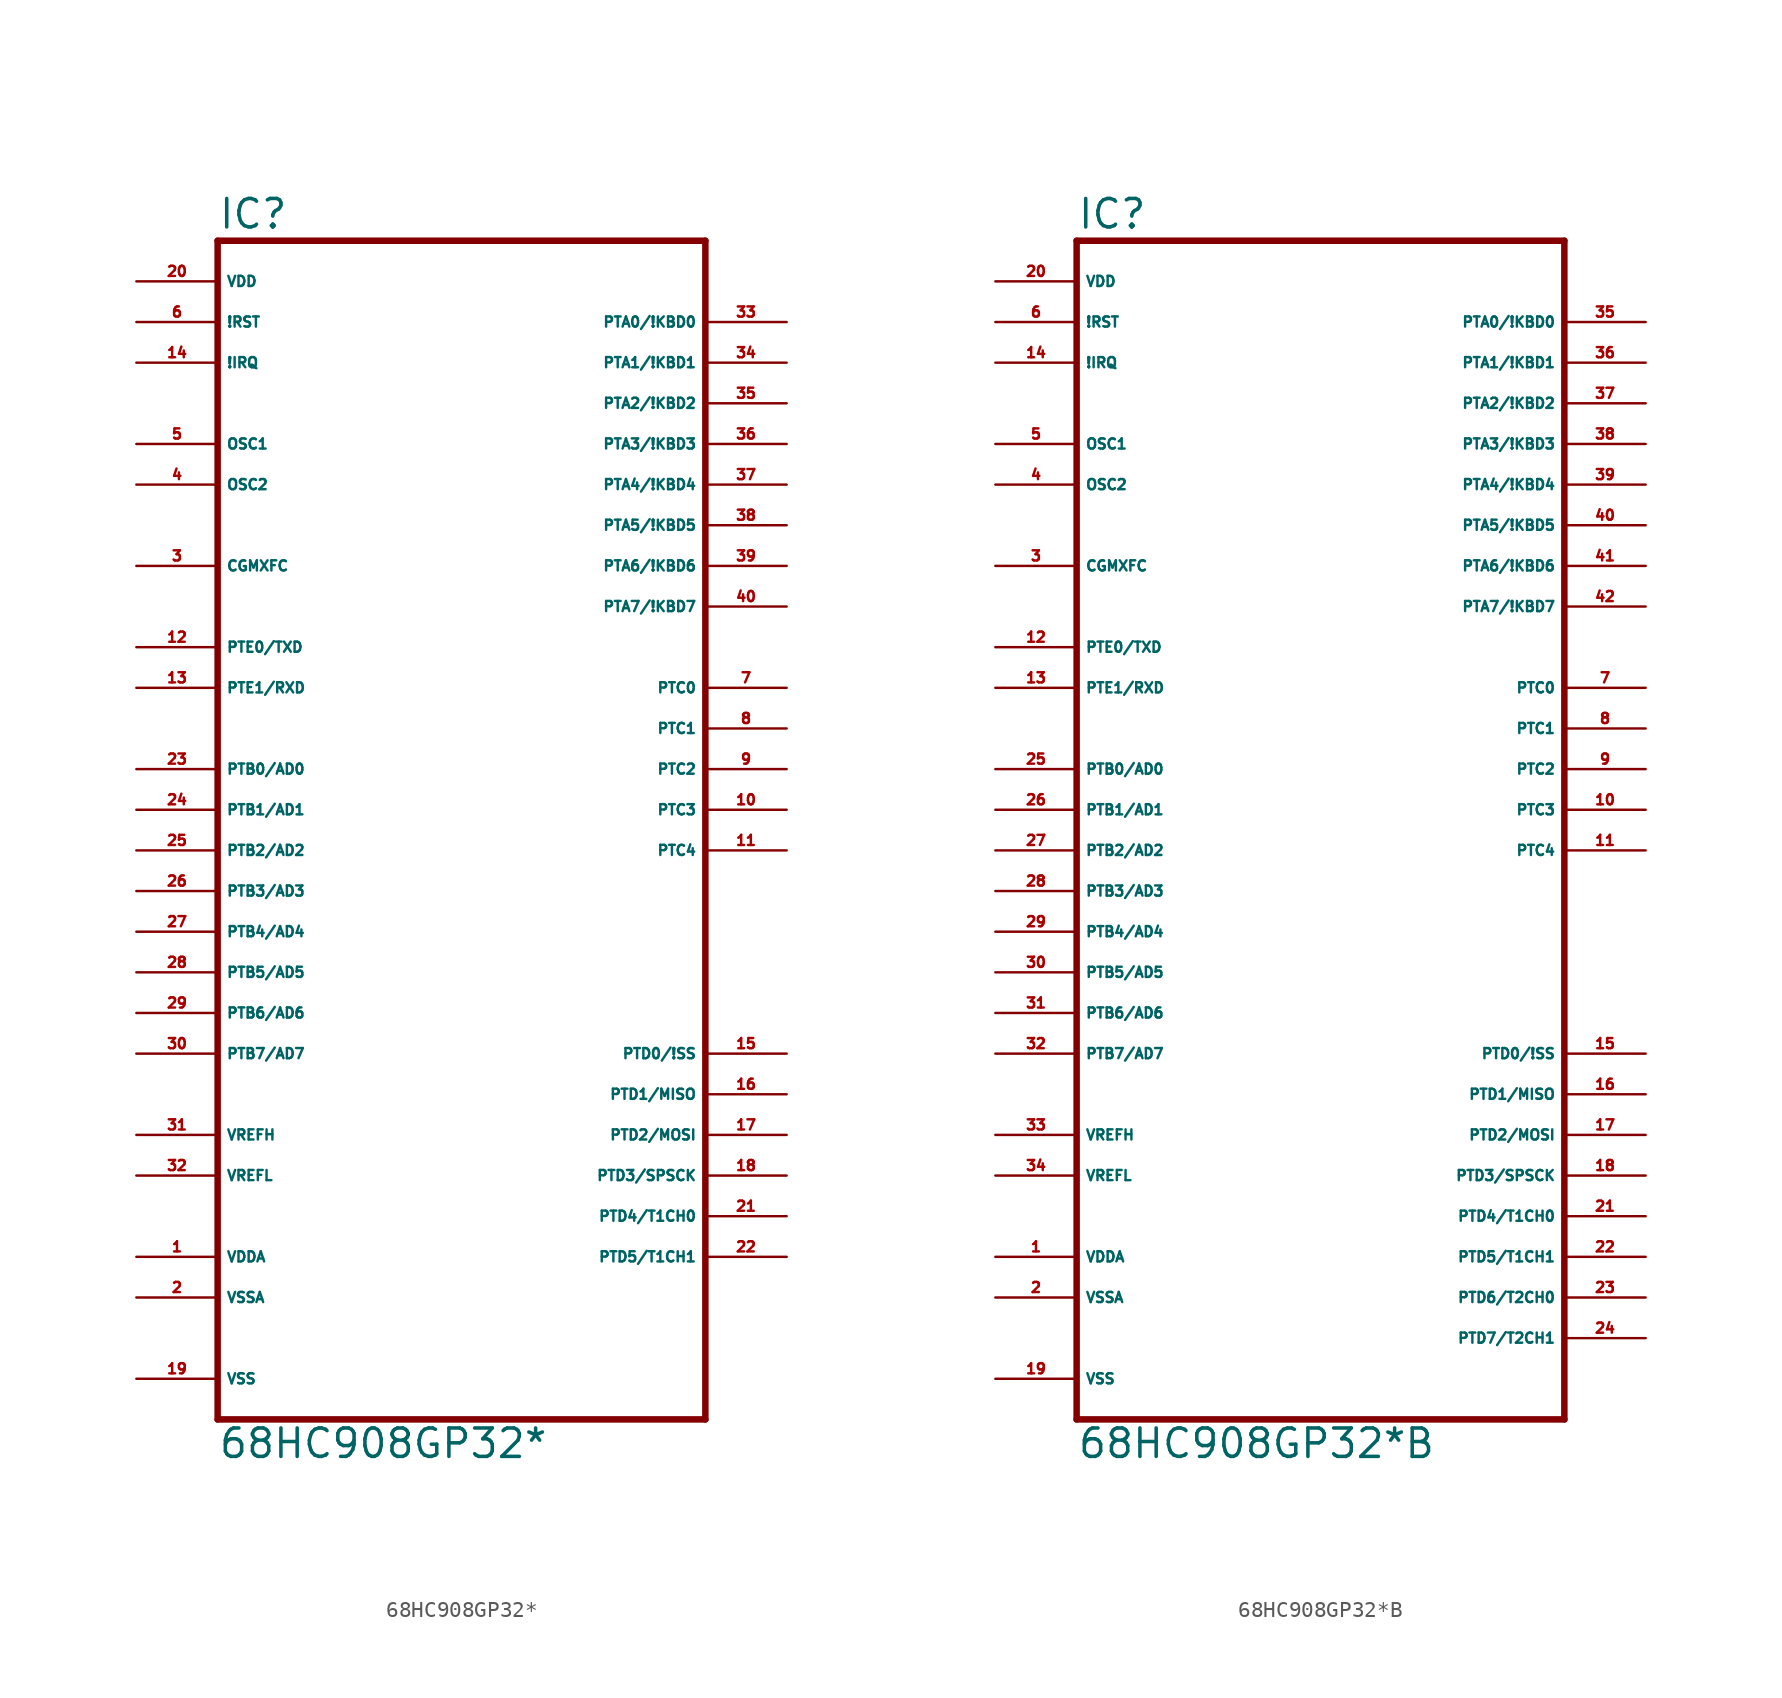
<source format=kicad_sym>
(kicad_symbol_lib
  (version 20220914)
  (generator Eagle2Kicad)
  (symbol "68HC908GP32*"
    (property "Reference" "IC"
      (at -15.24 38.735 0)
      (effects (font (size 1.778 1.778) (thickness 0.22)) (justify left bottom)))
    (property "Value" "68HC908GP32*"
      (at -15.24 -38.1 0)
      (effects (font (size 1.778 1.778) (thickness 0.22)) (justify left bottom)))
    (polyline
      (pts (xy -15.24 -35.56) (xy 15.24 -35.56))
      (stroke (width 0.406) (type default))
      (fill (type none)))
    (polyline
      (pts (xy 15.24 -35.56) (xy 15.24 38.1))
      (stroke (width 0.406) (type default))
      (fill (type none)))
    (polyline
      (pts (xy 15.24 38.1) (xy -15.24 38.1))
      (stroke (width 0.406) (type default))
      (fill (type none)))
    (polyline
      (pts (xy -15.24 38.1) (xy -15.24 -35.56))
      (stroke (width 0.406) (type default))
      (fill (type none)))
    (pin input line
      (at -20.32 25.4 0)
      (length 5.08)
      (name "OSC1" (effects (font (size 0.635 0.635) (thickness 0.08)) (justify left bottom)))
      (number "5" (effects (font (size 0.635 0.635) (thickness 0.08)) (justify left bottom))))
    (pin input line
      (at -20.32 22.86 0)
      (length 5.08)
      (name "OSC2" (effects (font (size 0.635 0.635) (thickness 0.08)) (justify left bottom)))
      (number "4" (effects (font (size 0.635 0.635) (thickness 0.08)) (justify left bottom))))
    (pin input line
      (at -20.32 33.02 0)
      (length 5.08)
      (name "!RST" (effects (font (size 0.635 0.635) (thickness 0.08)) (justify left bottom)))
      (number "6" (effects (font (size 0.635 0.635) (thickness 0.08)) (justify left bottom))))
    (pin bidirectional line
      (at 20.32 10.16 180)
      (length 5.08)
      (name "PTC0" (effects (font (size 0.635 0.635) (thickness 0.08)) (justify left bottom)))
      (number "7" (effects (font (size 0.635 0.635) (thickness 0.08)) (justify left bottom))))
    (pin input line
      (at -20.32 17.78 0)
      (length 5.08)
      (name "CGMXFC" (effects (font (size 0.635 0.635) (thickness 0.08)) (justify left bottom)))
      (number "3" (effects (font (size 0.635 0.635) (thickness 0.08)) (justify left bottom))))
    (pin bidirectional line
      (at 20.32 7.62 180)
      (length 5.08)
      (name "PTC1" (effects (font (size 0.635 0.635) (thickness 0.08)) (justify left bottom)))
      (number "8" (effects (font (size 0.635 0.635) (thickness 0.08)) (justify left bottom))))
    (pin bidirectional line
      (at 20.32 5.08 180)
      (length 5.08)
      (name "PTC2" (effects (font (size 0.635 0.635) (thickness 0.08)) (justify left bottom)))
      (number "9" (effects (font (size 0.635 0.635) (thickness 0.08)) (justify left bottom))))
    (pin bidirectional line
      (at 20.32 2.54 180)
      (length 5.08)
      (name "PTC3" (effects (font (size 0.635 0.635) (thickness 0.08)) (justify left bottom)))
      (number "10" (effects (font (size 0.635 0.635) (thickness 0.08)) (justify left bottom))))
    (pin bidirectional line
      (at 20.32 0 180)
      (length 5.08)
      (name "PTC4" (effects (font (size 0.635 0.635) (thickness 0.08)) (justify left bottom)))
      (number "11" (effects (font (size 0.635 0.635) (thickness 0.08)) (justify left bottom))))
    (pin bidirectional line
      (at 20.32 -12.7 180)
      (length 5.08)
      (name "PTD0/!SS" (effects (font (size 0.635 0.635) (thickness 0.08)) (justify left bottom)))
      (number "15" (effects (font (size 0.635 0.635) (thickness 0.08)) (justify left bottom))))
    (pin bidirectional line
      (at 20.32 -15.24 180)
      (length 5.08)
      (name "PTD1/MISO" (effects (font (size 0.635 0.635) (thickness 0.08)) (justify left bottom)))
      (number "16" (effects (font (size 0.635 0.635) (thickness 0.08)) (justify left bottom))))
    (pin bidirectional line
      (at 20.32 -17.78 180)
      (length 5.08)
      (name "PTD2/MOSI" (effects (font (size 0.635 0.635) (thickness 0.08)) (justify left bottom)))
      (number "17" (effects (font (size 0.635 0.635) (thickness 0.08)) (justify left bottom))))
    (pin bidirectional line
      (at 20.32 -20.32 180)
      (length 5.08)
      (name "PTD3/SPSCK" (effects (font (size 0.635 0.635) (thickness 0.08)) (justify left bottom)))
      (number "18" (effects (font (size 0.635 0.635) (thickness 0.08)) (justify left bottom))))
    (pin bidirectional line
      (at 20.32 -22.86 180)
      (length 5.08)
      (name "PTD4/T1CH0" (effects (font (size 0.635 0.635) (thickness 0.08)) (justify left bottom)))
      (number "21" (effects (font (size 0.635 0.635) (thickness 0.08)) (justify left bottom))))
    (pin bidirectional line
      (at 20.32 -25.4 180)
      (length 5.08)
      (name "PTD5/T1CH1" (effects (font (size 0.635 0.635) (thickness 0.08)) (justify left bottom)))
      (number "22" (effects (font (size 0.635 0.635) (thickness 0.08)) (justify left bottom))))
    (pin bidirectional line
      (at -20.32 12.7 0)
      (length 5.08)
      (name "PTE0/TXD" (effects (font (size 0.635 0.635) (thickness 0.08)) (justify left bottom)))
      (number "12" (effects (font (size 0.635 0.635) (thickness 0.08)) (justify left bottom))))
    (pin bidirectional line
      (at -20.32 10.16 0)
      (length 5.08)
      (name "PTE1/RXD" (effects (font (size 0.635 0.635) (thickness 0.08)) (justify left bottom)))
      (number "13" (effects (font (size 0.635 0.635) (thickness 0.08)) (justify left bottom))))
    (pin bidirectional line
      (at -20.32 5.08 0)
      (length 5.08)
      (name "PTB0/AD0" (effects (font (size 0.635 0.635) (thickness 0.08)) (justify left bottom)))
      (number "23" (effects (font (size 0.635 0.635) (thickness 0.08)) (justify left bottom))))
    (pin bidirectional line
      (at -20.32 2.54 0)
      (length 5.08)
      (name "PTB1/AD1" (effects (font (size 0.635 0.635) (thickness 0.08)) (justify left bottom)))
      (number "24" (effects (font (size 0.635 0.635) (thickness 0.08)) (justify left bottom))))
    (pin bidirectional line
      (at -20.32 0 0)
      (length 5.08)
      (name "PTB2/AD2" (effects (font (size 0.635 0.635) (thickness 0.08)) (justify left bottom)))
      (number "25" (effects (font (size 0.635 0.635) (thickness 0.08)) (justify left bottom))))
    (pin bidirectional line
      (at -20.32 -2.54 0)
      (length 5.08)
      (name "PTB3/AD3" (effects (font (size 0.635 0.635) (thickness 0.08)) (justify left bottom)))
      (number "26" (effects (font (size 0.635 0.635) (thickness 0.08)) (justify left bottom))))
    (pin bidirectional line
      (at -20.32 -5.08 0)
      (length 5.08)
      (name "PTB4/AD4" (effects (font (size 0.635 0.635) (thickness 0.08)) (justify left bottom)))
      (number "27" (effects (font (size 0.635 0.635) (thickness 0.08)) (justify left bottom))))
    (pin bidirectional line
      (at -20.32 -7.62 0)
      (length 5.08)
      (name "PTB5/AD5" (effects (font (size 0.635 0.635) (thickness 0.08)) (justify left bottom)))
      (number "28" (effects (font (size 0.635 0.635) (thickness 0.08)) (justify left bottom))))
    (pin bidirectional line
      (at -20.32 -10.16 0)
      (length 5.08)
      (name "PTB6/AD6" (effects (font (size 0.635 0.635) (thickness 0.08)) (justify left bottom)))
      (number "29" (effects (font (size 0.635 0.635) (thickness 0.08)) (justify left bottom))))
    (pin bidirectional line
      (at -20.32 -12.7 0)
      (length 5.08)
      (name "PTB7/AD7" (effects (font (size 0.635 0.635) (thickness 0.08)) (justify left bottom)))
      (number "30" (effects (font (size 0.635 0.635) (thickness 0.08)) (justify left bottom))))
    (pin bidirectional line
      (at 20.32 33.02 180)
      (length 5.08)
      (name "PTA0/!KBD0" (effects (font (size 0.635 0.635) (thickness 0.08)) (justify left bottom)))
      (number "33" (effects (font (size 0.635 0.635) (thickness 0.08)) (justify left bottom))))
    (pin bidirectional line
      (at 20.32 30.48 180)
      (length 5.08)
      (name "PTA1/!KBD1" (effects (font (size 0.635 0.635) (thickness 0.08)) (justify left bottom)))
      (number "34" (effects (font (size 0.635 0.635) (thickness 0.08)) (justify left bottom))))
    (pin bidirectional line
      (at 20.32 27.94 180)
      (length 5.08)
      (name "PTA2/!KBD2" (effects (font (size 0.635 0.635) (thickness 0.08)) (justify left bottom)))
      (number "35" (effects (font (size 0.635 0.635) (thickness 0.08)) (justify left bottom))))
    (pin bidirectional line
      (at 20.32 25.4 180)
      (length 5.08)
      (name "PTA3/!KBD3" (effects (font (size 0.635 0.635) (thickness 0.08)) (justify left bottom)))
      (number "36" (effects (font (size 0.635 0.635) (thickness 0.08)) (justify left bottom))))
    (pin bidirectional line
      (at 20.32 22.86 180)
      (length 5.08)
      (name "PTA4/!KBD4" (effects (font (size 0.635 0.635) (thickness 0.08)) (justify left bottom)))
      (number "37" (effects (font (size 0.635 0.635) (thickness 0.08)) (justify left bottom))))
    (pin bidirectional line
      (at 20.32 20.32 180)
      (length 5.08)
      (name "PTA5/!KBD5" (effects (font (size 0.635 0.635) (thickness 0.08)) (justify left bottom)))
      (number "38" (effects (font (size 0.635 0.635) (thickness 0.08)) (justify left bottom))))
    (pin bidirectional line
      (at 20.32 17.78 180)
      (length 5.08)
      (name "PTA6/!KBD6" (effects (font (size 0.635 0.635) (thickness 0.08)) (justify left bottom)))
      (number "39" (effects (font (size 0.635 0.635) (thickness 0.08)) (justify left bottom))))
    (pin bidirectional line
      (at 20.32 15.24 180)
      (length 5.08)
      (name "PTA7/!KBD7" (effects (font (size 0.635 0.635) (thickness 0.08)) (justify left bottom)))
      (number "40" (effects (font (size 0.635 0.635) (thickness 0.08)) (justify left bottom))))
    (pin unspecified line
      (at -20.32 -25.4 0)
      (length 5.08)
      (name "VDDA" (effects (font (size 0.635 0.635) (thickness 0.08)) (justify left bottom)))
      (number "1" (effects (font (size 0.635 0.635) (thickness 0.08)) (justify left bottom))))
    (pin unspecified line
      (at -20.32 -27.94 0)
      (length 5.08)
      (name "VSSA" (effects (font (size 0.635 0.635) (thickness 0.08)) (justify left bottom)))
      (number "2" (effects (font (size 0.635 0.635) (thickness 0.08)) (justify left bottom))))
    (pin input line
      (at -20.32 -20.32 0)
      (length 5.08)
      (name "VREFL" (effects (font (size 0.635 0.635) (thickness 0.08)) (justify left bottom)))
      (number "32" (effects (font (size 0.635 0.635) (thickness 0.08)) (justify left bottom))))
    (pin input line
      (at -20.32 -17.78 0)
      (length 5.08)
      (name "VREFH" (effects (font (size 0.635 0.635) (thickness 0.08)) (justify left bottom)))
      (number "31" (effects (font (size 0.635 0.635) (thickness 0.08)) (justify left bottom))))
    (pin unspecified line
      (at -20.32 35.56 0)
      (length 5.08)
      (name "VDD" (effects (font (size 0.635 0.635) (thickness 0.08)) (justify left bottom)))
      (number "20" (effects (font (size 0.635 0.635) (thickness 0.08)) (justify left bottom))))
    (pin unspecified line
      (at -20.32 -33.02 0)
      (length 5.08)
      (name "VSS" (effects (font (size 0.635 0.635) (thickness 0.08)) (justify left bottom)))
      (number "19" (effects (font (size 0.635 0.635) (thickness 0.08)) (justify left bottom))))
    (pin input line
      (at -20.32 30.48 0)
      (length 5.08)
      (name "!IRQ" (effects (font (size 0.635 0.635) (thickness 0.08)) (justify left bottom)))
      (number "14" (effects (font (size 0.635 0.635) (thickness 0.08)) (justify left bottom)))))
  (symbol "68HC908GP32*B"
    (property "Reference" "IC"
      (at -15.24 38.735 0)
      (effects (font (size 1.778 1.778) (thickness 0.22)) (justify left bottom)))
    (property "Value" "68HC908GP32*B"
      (at -15.24 -38.1 0)
      (effects (font (size 1.778 1.778) (thickness 0.22)) (justify left bottom)))
    (polyline
      (pts (xy -15.24 -35.56) (xy 15.24 -35.56))
      (stroke (width 0.406) (type default))
      (fill (type none)))
    (polyline
      (pts (xy 15.24 -35.56) (xy 15.24 38.1))
      (stroke (width 0.406) (type default))
      (fill (type none)))
    (polyline
      (pts (xy 15.24 38.1) (xy -15.24 38.1))
      (stroke (width 0.406) (type default))
      (fill (type none)))
    (polyline
      (pts (xy -15.24 38.1) (xy -15.24 -35.56))
      (stroke (width 0.406) (type default))
      (fill (type none)))
    (pin input line
      (at -20.32 25.4 0)
      (length 5.08)
      (name "OSC1" (effects (font (size 0.635 0.635) (thickness 0.08)) (justify left bottom)))
      (number "5" (effects (font (size 0.635 0.635) (thickness 0.08)) (justify left bottom))))
    (pin input line
      (at -20.32 22.86 0)
      (length 5.08)
      (name "OSC2" (effects (font (size 0.635 0.635) (thickness 0.08)) (justify left bottom)))
      (number "4" (effects (font (size 0.635 0.635) (thickness 0.08)) (justify left bottom))))
    (pin input line
      (at -20.32 33.02 0)
      (length 5.08)
      (name "!RST" (effects (font (size 0.635 0.635) (thickness 0.08)) (justify left bottom)))
      (number "6" (effects (font (size 0.635 0.635) (thickness 0.08)) (justify left bottom))))
    (pin bidirectional line
      (at 20.32 10.16 180)
      (length 5.08)
      (name "PTC0" (effects (font (size 0.635 0.635) (thickness 0.08)) (justify left bottom)))
      (number "7" (effects (font (size 0.635 0.635) (thickness 0.08)) (justify left bottom))))
    (pin input line
      (at -20.32 17.78 0)
      (length 5.08)
      (name "CGMXFC" (effects (font (size 0.635 0.635) (thickness 0.08)) (justify left bottom)))
      (number "3" (effects (font (size 0.635 0.635) (thickness 0.08)) (justify left bottom))))
    (pin bidirectional line
      (at 20.32 7.62 180)
      (length 5.08)
      (name "PTC1" (effects (font (size 0.635 0.635) (thickness 0.08)) (justify left bottom)))
      (number "8" (effects (font (size 0.635 0.635) (thickness 0.08)) (justify left bottom))))
    (pin bidirectional line
      (at 20.32 5.08 180)
      (length 5.08)
      (name "PTC2" (effects (font (size 0.635 0.635) (thickness 0.08)) (justify left bottom)))
      (number "9" (effects (font (size 0.635 0.635) (thickness 0.08)) (justify left bottom))))
    (pin bidirectional line
      (at 20.32 2.54 180)
      (length 5.08)
      (name "PTC3" (effects (font (size 0.635 0.635) (thickness 0.08)) (justify left bottom)))
      (number "10" (effects (font (size 0.635 0.635) (thickness 0.08)) (justify left bottom))))
    (pin bidirectional line
      (at 20.32 0 180)
      (length 5.08)
      (name "PTC4" (effects (font (size 0.635 0.635) (thickness 0.08)) (justify left bottom)))
      (number "11" (effects (font (size 0.635 0.635) (thickness 0.08)) (justify left bottom))))
    (pin bidirectional line
      (at 20.32 -12.7 180)
      (length 5.08)
      (name "PTD0/!SS" (effects (font (size 0.635 0.635) (thickness 0.08)) (justify left bottom)))
      (number "15" (effects (font (size 0.635 0.635) (thickness 0.08)) (justify left bottom))))
    (pin bidirectional line
      (at 20.32 -15.24 180)
      (length 5.08)
      (name "PTD1/MISO" (effects (font (size 0.635 0.635) (thickness 0.08)) (justify left bottom)))
      (number "16" (effects (font (size 0.635 0.635) (thickness 0.08)) (justify left bottom))))
    (pin bidirectional line
      (at 20.32 -17.78 180)
      (length 5.08)
      (name "PTD2/MOSI" (effects (font (size 0.635 0.635) (thickness 0.08)) (justify left bottom)))
      (number "17" (effects (font (size 0.635 0.635) (thickness 0.08)) (justify left bottom))))
    (pin bidirectional line
      (at 20.32 -20.32 180)
      (length 5.08)
      (name "PTD3/SPSCK" (effects (font (size 0.635 0.635) (thickness 0.08)) (justify left bottom)))
      (number "18" (effects (font (size 0.635 0.635) (thickness 0.08)) (justify left bottom))))
    (pin bidirectional line
      (at 20.32 -22.86 180)
      (length 5.08)
      (name "PTD4/T1CH0" (effects (font (size 0.635 0.635) (thickness 0.08)) (justify left bottom)))
      (number "21" (effects (font (size 0.635 0.635) (thickness 0.08)) (justify left bottom))))
    (pin bidirectional line
      (at 20.32 -25.4 180)
      (length 5.08)
      (name "PTD5/T1CH1" (effects (font (size 0.635 0.635) (thickness 0.08)) (justify left bottom)))
      (number "22" (effects (font (size 0.635 0.635) (thickness 0.08)) (justify left bottom))))
    (pin bidirectional line
      (at 20.32 -27.94 180)
      (length 5.08)
      (name "PTD6/T2CH0" (effects (font (size 0.635 0.635) (thickness 0.08)) (justify left bottom)))
      (number "23" (effects (font (size 0.635 0.635) (thickness 0.08)) (justify left bottom))))
    (pin bidirectional line
      (at 20.32 -30.48 180)
      (length 5.08)
      (name "PTD7/T2CH1" (effects (font (size 0.635 0.635) (thickness 0.08)) (justify left bottom)))
      (number "24" (effects (font (size 0.635 0.635) (thickness 0.08)) (justify left bottom))))
    (pin bidirectional line
      (at -20.32 12.7 0)
      (length 5.08)
      (name "PTE0/TXD" (effects (font (size 0.635 0.635) (thickness 0.08)) (justify left bottom)))
      (number "12" (effects (font (size 0.635 0.635) (thickness 0.08)) (justify left bottom))))
    (pin bidirectional line
      (at -20.32 10.16 0)
      (length 5.08)
      (name "PTE1/RXD" (effects (font (size 0.635 0.635) (thickness 0.08)) (justify left bottom)))
      (number "13" (effects (font (size 0.635 0.635) (thickness 0.08)) (justify left bottom))))
    (pin bidirectional line
      (at -20.32 5.08 0)
      (length 5.08)
      (name "PTB0/AD0" (effects (font (size 0.635 0.635) (thickness 0.08)) (justify left bottom)))
      (number "25" (effects (font (size 0.635 0.635) (thickness 0.08)) (justify left bottom))))
    (pin bidirectional line
      (at -20.32 2.54 0)
      (length 5.08)
      (name "PTB1/AD1" (effects (font (size 0.635 0.635) (thickness 0.08)) (justify left bottom)))
      (number "26" (effects (font (size 0.635 0.635) (thickness 0.08)) (justify left bottom))))
    (pin bidirectional line
      (at -20.32 0 0)
      (length 5.08)
      (name "PTB2/AD2" (effects (font (size 0.635 0.635) (thickness 0.08)) (justify left bottom)))
      (number "27" (effects (font (size 0.635 0.635) (thickness 0.08)) (justify left bottom))))
    (pin bidirectional line
      (at -20.32 -2.54 0)
      (length 5.08)
      (name "PTB3/AD3" (effects (font (size 0.635 0.635) (thickness 0.08)) (justify left bottom)))
      (number "28" (effects (font (size 0.635 0.635) (thickness 0.08)) (justify left bottom))))
    (pin bidirectional line
      (at -20.32 -5.08 0)
      (length 5.08)
      (name "PTB4/AD4" (effects (font (size 0.635 0.635) (thickness 0.08)) (justify left bottom)))
      (number "29" (effects (font (size 0.635 0.635) (thickness 0.08)) (justify left bottom))))
    (pin bidirectional line
      (at -20.32 -7.62 0)
      (length 5.08)
      (name "PTB5/AD5" (effects (font (size 0.635 0.635) (thickness 0.08)) (justify left bottom)))
      (number "30" (effects (font (size 0.635 0.635) (thickness 0.08)) (justify left bottom))))
    (pin bidirectional line
      (at -20.32 -10.16 0)
      (length 5.08)
      (name "PTB6/AD6" (effects (font (size 0.635 0.635) (thickness 0.08)) (justify left bottom)))
      (number "31" (effects (font (size 0.635 0.635) (thickness 0.08)) (justify left bottom))))
    (pin bidirectional line
      (at -20.32 -12.7 0)
      (length 5.08)
      (name "PTB7/AD7" (effects (font (size 0.635 0.635) (thickness 0.08)) (justify left bottom)))
      (number "32" (effects (font (size 0.635 0.635) (thickness 0.08)) (justify left bottom))))
    (pin bidirectional line
      (at 20.32 33.02 180)
      (length 5.08)
      (name "PTA0/!KBD0" (effects (font (size 0.635 0.635) (thickness 0.08)) (justify left bottom)))
      (number "35" (effects (font (size 0.635 0.635) (thickness 0.08)) (justify left bottom))))
    (pin bidirectional line
      (at 20.32 30.48 180)
      (length 5.08)
      (name "PTA1/!KBD1" (effects (font (size 0.635 0.635) (thickness 0.08)) (justify left bottom)))
      (number "36" (effects (font (size 0.635 0.635) (thickness 0.08)) (justify left bottom))))
    (pin bidirectional line
      (at 20.32 27.94 180)
      (length 5.08)
      (name "PTA2/!KBD2" (effects (font (size 0.635 0.635) (thickness 0.08)) (justify left bottom)))
      (number "37" (effects (font (size 0.635 0.635) (thickness 0.08)) (justify left bottom))))
    (pin bidirectional line
      (at 20.32 25.4 180)
      (length 5.08)
      (name "PTA3/!KBD3" (effects (font (size 0.635 0.635) (thickness 0.08)) (justify left bottom)))
      (number "38" (effects (font (size 0.635 0.635) (thickness 0.08)) (justify left bottom))))
    (pin bidirectional line
      (at 20.32 22.86 180)
      (length 5.08)
      (name "PTA4/!KBD4" (effects (font (size 0.635 0.635) (thickness 0.08)) (justify left bottom)))
      (number "39" (effects (font (size 0.635 0.635) (thickness 0.08)) (justify left bottom))))
    (pin bidirectional line
      (at 20.32 20.32 180)
      (length 5.08)
      (name "PTA5/!KBD5" (effects (font (size 0.635 0.635) (thickness 0.08)) (justify left bottom)))
      (number "40" (effects (font (size 0.635 0.635) (thickness 0.08)) (justify left bottom))))
    (pin bidirectional line
      (at 20.32 17.78 180)
      (length 5.08)
      (name "PTA6/!KBD6" (effects (font (size 0.635 0.635) (thickness 0.08)) (justify left bottom)))
      (number "41" (effects (font (size 0.635 0.635) (thickness 0.08)) (justify left bottom))))
    (pin bidirectional line
      (at 20.32 15.24 180)
      (length 5.08)
      (name "PTA7/!KBD7" (effects (font (size 0.635 0.635) (thickness 0.08)) (justify left bottom)))
      (number "42" (effects (font (size 0.635 0.635) (thickness 0.08)) (justify left bottom))))
    (pin unspecified line
      (at -20.32 -25.4 0)
      (length 5.08)
      (name "VDDA" (effects (font (size 0.635 0.635) (thickness 0.08)) (justify left bottom)))
      (number "1" (effects (font (size 0.635 0.635) (thickness 0.08)) (justify left bottom))))
    (pin unspecified line
      (at -20.32 -27.94 0)
      (length 5.08)
      (name "VSSA" (effects (font (size 0.635 0.635) (thickness 0.08)) (justify left bottom)))
      (number "2" (effects (font (size 0.635 0.635) (thickness 0.08)) (justify left bottom))))
    (pin input line
      (at -20.32 -20.32 0)
      (length 5.08)
      (name "VREFL" (effects (font (size 0.635 0.635) (thickness 0.08)) (justify left bottom)))
      (number "34" (effects (font (size 0.635 0.635) (thickness 0.08)) (justify left bottom))))
    (pin input line
      (at -20.32 -17.78 0)
      (length 5.08)
      (name "VREFH" (effects (font (size 0.635 0.635) (thickness 0.08)) (justify left bottom)))
      (number "33" (effects (font (size 0.635 0.635) (thickness 0.08)) (justify left bottom))))
    (pin unspecified line
      (at -20.32 35.56 0)
      (length 5.08)
      (name "VDD" (effects (font (size 0.635 0.635) (thickness 0.08)) (justify left bottom)))
      (number "20" (effects (font (size 0.635 0.635) (thickness 0.08)) (justify left bottom))))
    (pin unspecified line
      (at -20.32 -33.02 0)
      (length 5.08)
      (name "VSS" (effects (font (size 0.635 0.635) (thickness 0.08)) (justify left bottom)))
      (number "19" (effects (font (size 0.635 0.635) (thickness 0.08)) (justify left bottom))))
    (pin input line
      (at -20.32 30.48 0)
      (length 5.08)
      (name "!IRQ" (effects (font (size 0.635 0.635) (thickness 0.08)) (justify left bottom)))
      (number "14" (effects (font (size 0.635 0.635) (thickness 0.08)) (justify left bottom))))))
</source>
